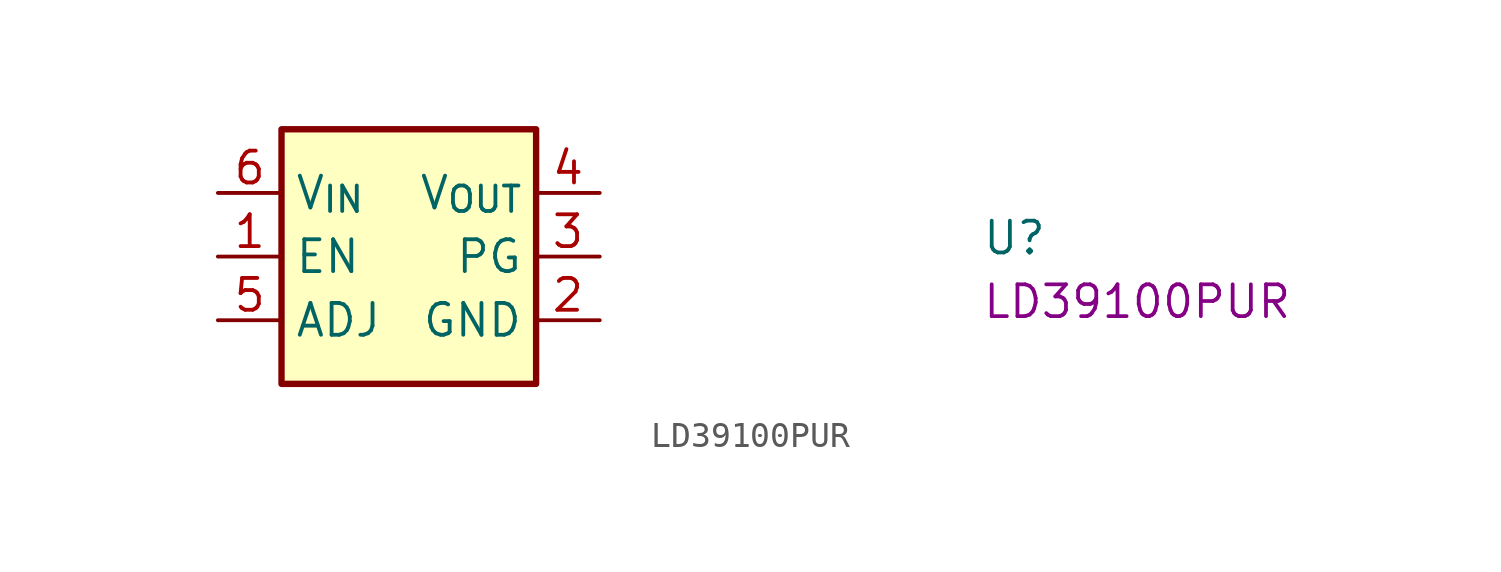
<source format=kicad_sym>
(kicad_symbol_lib
  (version 20220914)
  (generator kicad_symbol_editor)
  (symbol "LD39100PUR"
    (property "Reference" "U"
      (at 30.48 -2.54 0)
      (effects (font (size 1.27 1.27) (thickness 0.15)) (justify left bottom)))
    (property "MPN" "LD39100PUR"
      (at 30.48 -5.08 0)
      (effects (font (size 1.27 1.27) (thickness 0.15)) (justify left bottom)))
    (symbol "LD39100PUR_1_1"
      (rectangle (start 2.54 2.54) (end 12.7 -7.62) (stroke (width 0.254) (type default)) (fill (type background)))
      (pin input line (at 0 -2.54 0) (length 2.54) (name "EN" (effects (font (size 1.27 1.27)))) (number "1" (effects (font (size 1.27 1.27)))))
      (pin power_in line (at 15.24 -5.08 180) (length 2.54) (name "GND" (effects (font (size 1.27 1.27)))) (number "2" (effects (font (size 1.27 1.27)))))
      (pin open_collector line (at 15.24 -2.54 180) (length 2.54) (name "PG" (effects (font (size 1.27 1.27)))) (number "3" (effects (font (size 1.27 1.27)))))
      (pin power_out line (at 15.24 0 180) (length 2.54) (name "V_{OUT}" (effects (font (size 1.27 1.27)))) (number "4" (effects (font (size 1.27 1.27)))))
      (pin input line (at 0 -5.08 0) (length 2.54) (name "ADJ" (effects (font (size 1.27 1.27)))) (number "5" (effects (font (size 1.27 1.27)))))
      (pin power_in line (at 0 0 0) (length 2.54) (name "V_{IN}" (effects (font (size 1.27 1.27)))) (number "6" (effects (font (size 1.27 1.27)))))
      (pin passive line (at 15.24 -5.08 180) (length 2.54) hide (name "GND" (effects (font (size 1.27 1.27)))) (number "7" (effects (font (size 1.27 1.27))))))))
</source>
